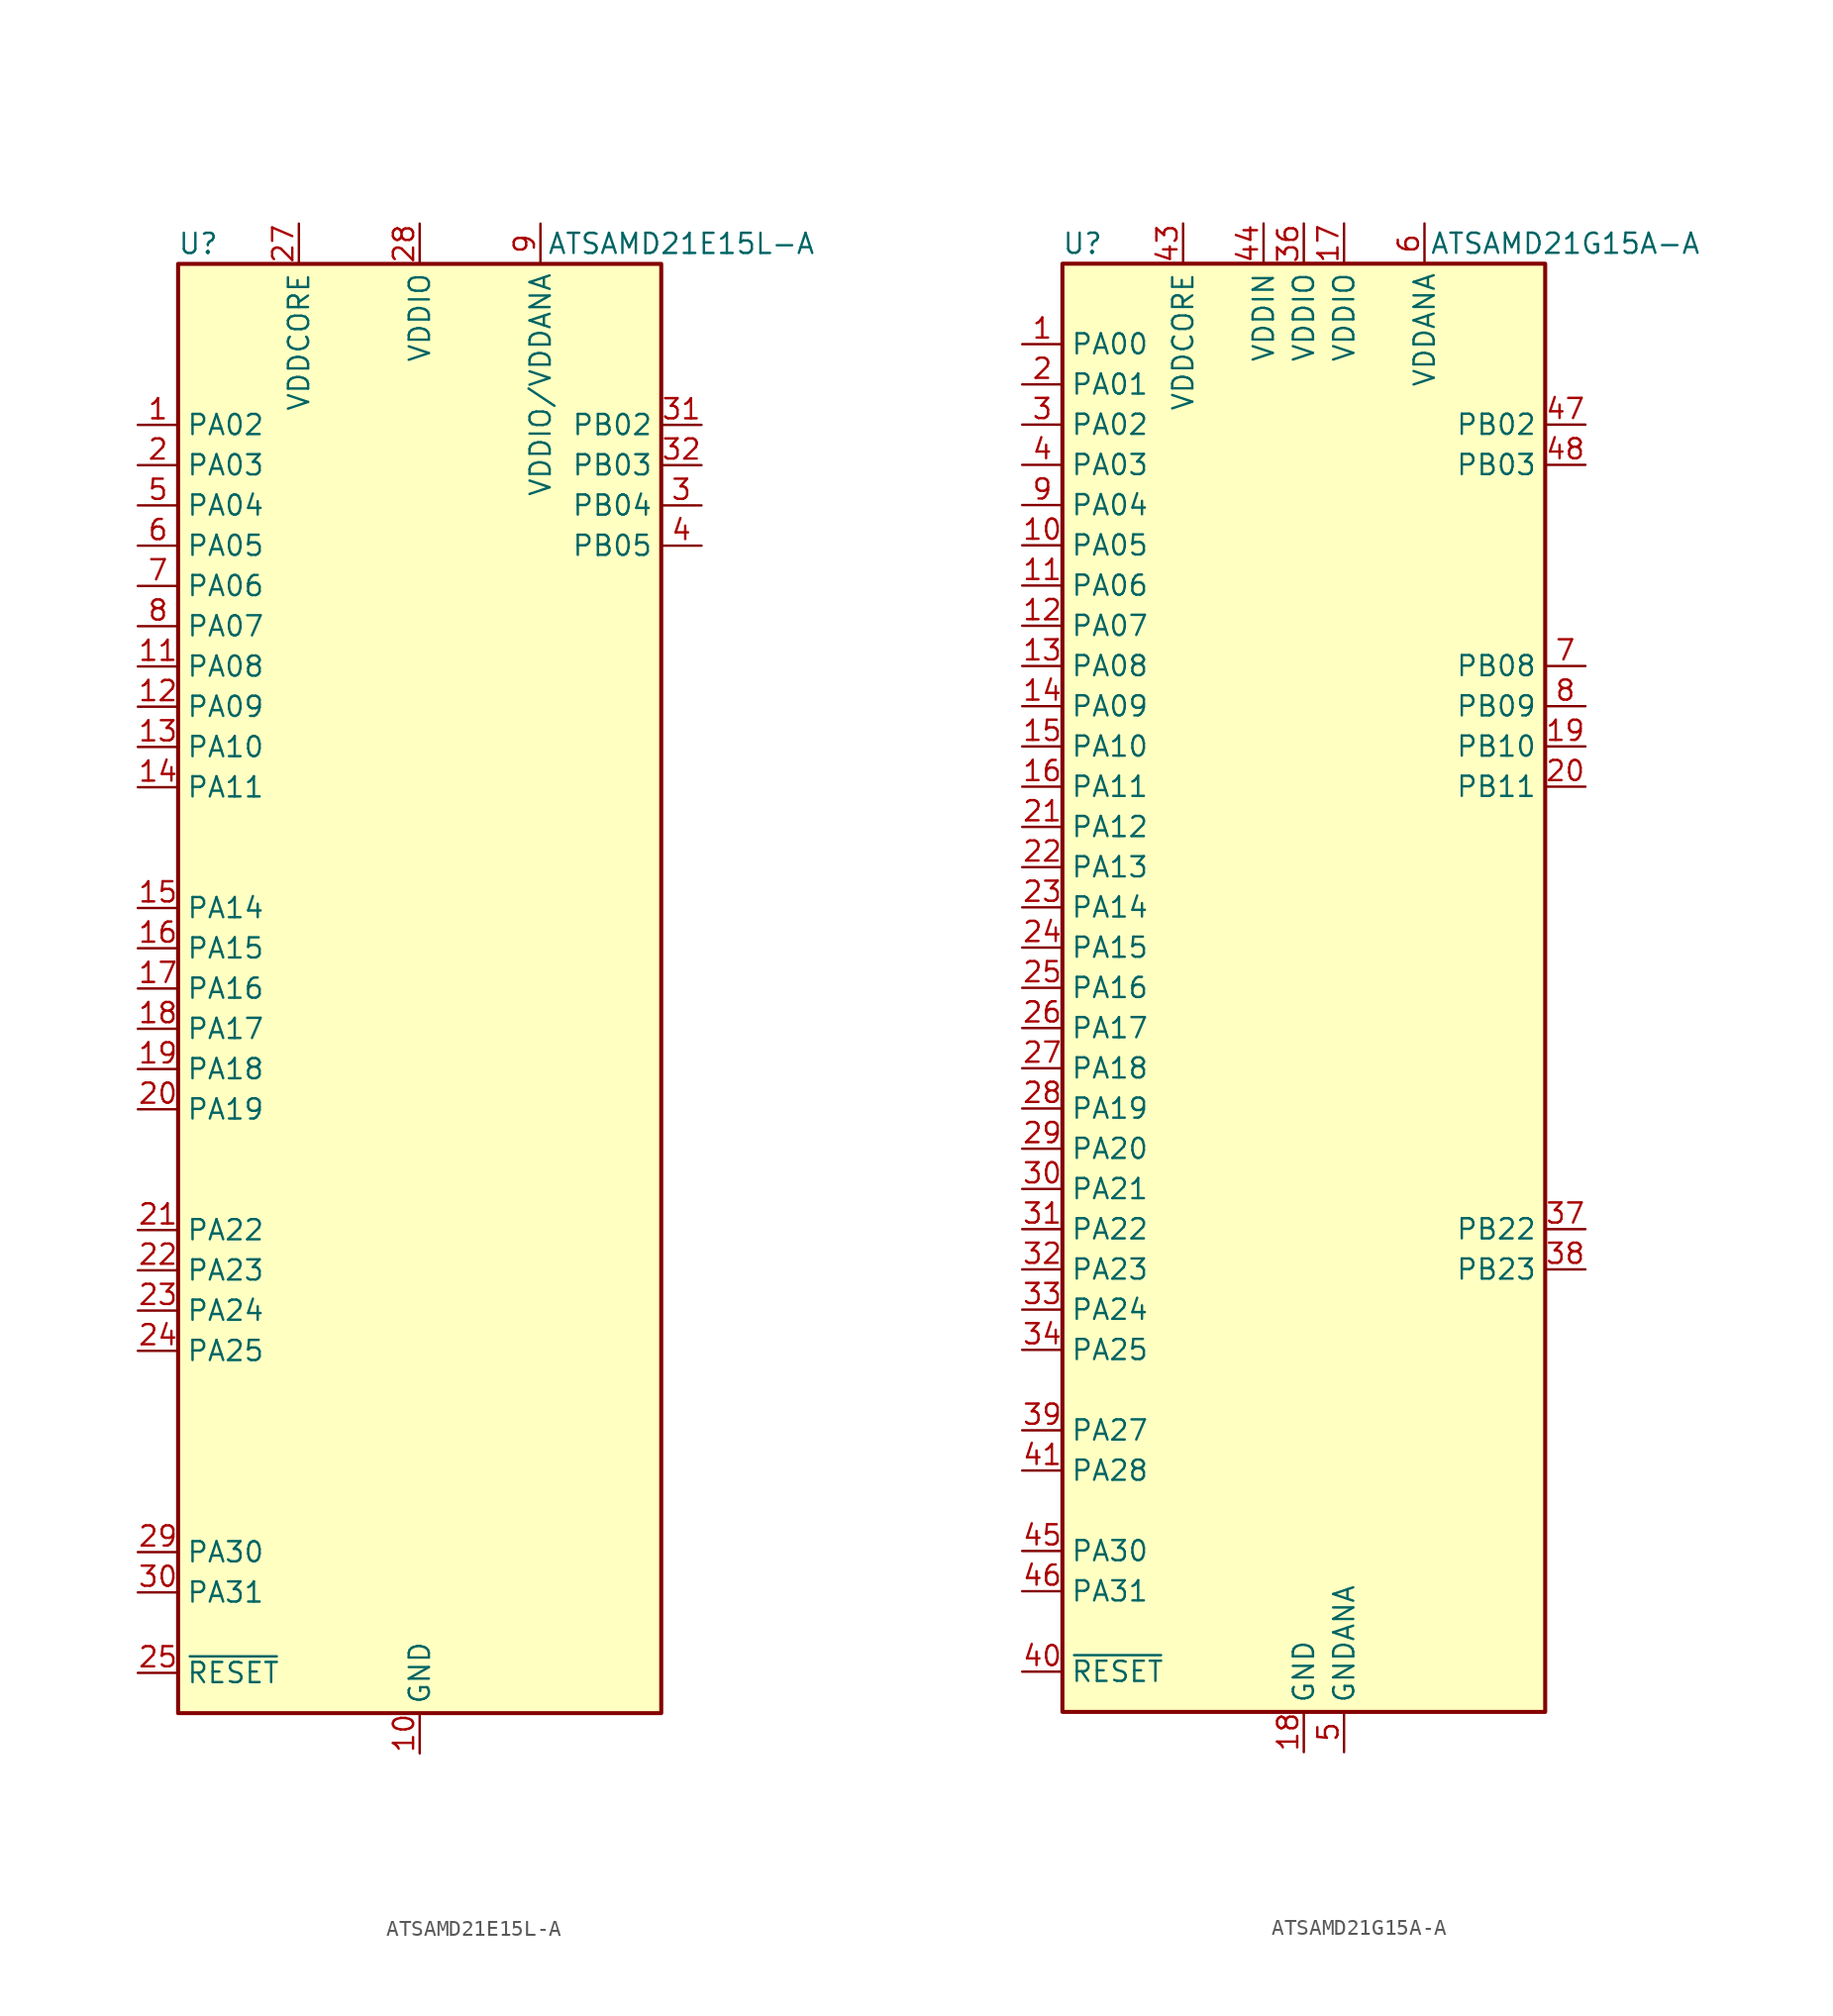
<source format=kicad_sym>
(kicad_symbol_lib
  (version 20201005)
  (generator kicad_symbol_editor)
  (symbol "ATSAMD21E15L-A"
    (property "Reference" "U"
      (at -13.97 46.99 0)
      (effects (font (size 1.27 1.27))))
    (property "Value" "ATSAMD21E15L-A"
      (at 16.51 46.99 0)
      (effects (font (size 1.27 1.27))))
    (symbol "ATSAMD21E15L-A_1_1"
      (rectangle (start -15.24 45.72) (end 15.24 -45.72) (stroke (width 0.254)) (fill (type background)))
      (pin bidirectional line (at -17.78 35.56 0) (length 2.54) (name "PA02" (effects (font (size 1.27 1.27)))) (number "1" (effects (font (size 1.27 1.27)))))
      (pin power_in line (at 0 -48.26 90) (length 2.54) (name "GND" (effects (font (size 1.27 1.27)))) (number "10" (effects (font (size 1.27 1.27)))))
      (pin bidirectional line (at -17.78 20.32 0) (length 2.54) (name "PA08" (effects (font (size 1.27 1.27)))) (number "11" (effects (font (size 1.27 1.27)))))
      (pin bidirectional line (at -17.78 17.78 0) (length 2.54) (name "PA09" (effects (font (size 1.27 1.27)))) (number "12" (effects (font (size 1.27 1.27)))))
      (pin bidirectional line (at -17.78 15.24 0) (length 2.54) (name "PA10" (effects (font (size 1.27 1.27)))) (number "13" (effects (font (size 1.27 1.27)))))
      (pin bidirectional line (at -17.78 12.7 0) (length 2.54) (name "PA11" (effects (font (size 1.27 1.27)))) (number "14" (effects (font (size 1.27 1.27)))))
      (pin bidirectional line (at -17.78 5.08 0) (length 2.54) (name "PA14" (effects (font (size 1.27 1.27)))) (number "15" (effects (font (size 1.27 1.27)))))
      (pin bidirectional line (at -17.78 2.54 0) (length 2.54) (name "PA15" (effects (font (size 1.27 1.27)))) (number "16" (effects (font (size 1.27 1.27)))))
      (pin bidirectional line (at -17.78 0 0) (length 2.54) (name "PA16" (effects (font (size 1.27 1.27)))) (number "17" (effects (font (size 1.27 1.27)))))
      (pin bidirectional line (at -17.78 -2.54 0) (length 2.54) (name "PA17" (effects (font (size 1.27 1.27)))) (number "18" (effects (font (size 1.27 1.27)))))
      (pin bidirectional line (at -17.78 -5.08 0) (length 2.54) (name "PA18" (effects (font (size 1.27 1.27)))) (number "19" (effects (font (size 1.27 1.27)))))
      (pin bidirectional line (at -17.78 33.02 0) (length 2.54) (name "PA03" (effects (font (size 1.27 1.27)))) (number "2" (effects (font (size 1.27 1.27)))))
      (pin bidirectional line (at -17.78 -7.62 0) (length 2.54) (name "PA19" (effects (font (size 1.27 1.27)))) (number "20" (effects (font (size 1.27 1.27)))))
      (pin bidirectional line (at -17.78 -15.24 0) (length 2.54) (name "PA22" (effects (font (size 1.27 1.27)))) (number "21" (effects (font (size 1.27 1.27)))))
      (pin bidirectional line (at -17.78 -17.78 0) (length 2.54) (name "PA23" (effects (font (size 1.27 1.27)))) (number "22" (effects (font (size 1.27 1.27)))))
      (pin bidirectional line (at -17.78 -20.32 0) (length 2.54) (name "PA24" (effects (font (size 1.27 1.27)))) (number "23" (effects (font (size 1.27 1.27)))))
      (pin bidirectional line (at -17.78 -22.86 0) (length 2.54) (name "PA25" (effects (font (size 1.27 1.27)))) (number "24" (effects (font (size 1.27 1.27)))))
      (pin input line (at -17.78 -43.18 0) (length 2.54) (name "~RESET" (effects (font (size 1.27 1.27)))) (number "25" (effects (font (size 1.27 1.27)))))
      (pin passive line (at 0 -48.26 90) (length 2.54) hide (name "GND" (effects (font (size 1.27 1.27)))) (number "26" (effects (font (size 1.27 1.27)))))
      (pin power_out line (at -7.62 48.26 270) (length 2.54) (name "VDDCORE" (effects (font (size 1.27 1.27)))) (number "27" (effects (font (size 1.27 1.27)))))
      (pin power_in line (at 0 48.26 270) (length 2.54) (name "VDDIO" (effects (font (size 1.27 1.27)))) (number "28" (effects (font (size 1.27 1.27)))))
      (pin bidirectional line (at -17.78 -35.56 0) (length 2.54) (name "PA30" (effects (font (size 1.27 1.27)))) (number "29" (effects (font (size 1.27 1.27)))))
      (pin bidirectional line (at 17.78 30.48 180) (length 2.54) (name "PB04" (effects (font (size 1.27 1.27)))) (number "3" (effects (font (size 1.27 1.27)))))
      (pin bidirectional line (at -17.78 -38.1 0) (length 2.54) (name "PA31" (effects (font (size 1.27 1.27)))) (number "30" (effects (font (size 1.27 1.27)))))
      (pin bidirectional line (at 17.78 35.56 180) (length 2.54) (name "PB02" (effects (font (size 1.27 1.27)))) (number "31" (effects (font (size 1.27 1.27)))))
      (pin bidirectional line (at 17.78 33.02 180) (length 2.54) (name "PB03" (effects (font (size 1.27 1.27)))) (number "32" (effects (font (size 1.27 1.27)))))
      (pin bidirectional line (at 17.78 27.94 180) (length 2.54) (name "PB05" (effects (font (size 1.27 1.27)))) (number "4" (effects (font (size 1.27 1.27)))))
      (pin bidirectional line (at -17.78 30.48 0) (length 2.54) (name "PA04" (effects (font (size 1.27 1.27)))) (number "5" (effects (font (size 1.27 1.27)))))
      (pin bidirectional line (at -17.78 27.94 0) (length 2.54) (name "PA05" (effects (font (size 1.27 1.27)))) (number "6" (effects (font (size 1.27 1.27)))))
      (pin bidirectional line (at -17.78 25.4 0) (length 2.54) (name "PA06" (effects (font (size 1.27 1.27)))) (number "7" (effects (font (size 1.27 1.27)))))
      (pin bidirectional line (at -17.78 22.86 0) (length 2.54) (name "PA07" (effects (font (size 1.27 1.27)))) (number "8" (effects (font (size 1.27 1.27)))))
      (pin power_in line (at 7.62 48.26 270) (length 2.54) (name "VDDIO/VDDANA" (effects (font (size 1.27 1.27)))) (number "9" (effects (font (size 1.27 1.27)))))))
  (symbol "ATSAMD21G15A-A"
    (property "Reference" "U"
      (at -13.97 46.99 0)
      (effects (font (size 1.27 1.27))))
    (property "Value" "ATSAMD21G15A-A"
      (at 16.51 46.99 0)
      (effects (font (size 1.27 1.27))))
    (symbol "ATSAMD21G15A-A_0_1"
      (rectangle (start -15.24 45.72) (end 15.24 -45.72) (stroke (width 0.254)) (fill (type background))))
    (symbol "ATSAMD21G15A-A_1_1"
      (pin bidirectional line (at -17.78 40.64 0) (length 2.54) (name "PA00" (effects (font (size 1.27 1.27)))) (number "1" (effects (font (size 1.27 1.27)))))
      (pin bidirectional line (at -17.78 27.94 0) (length 2.54) (name "PA05" (effects (font (size 1.27 1.27)))) (number "10" (effects (font (size 1.27 1.27)))))
      (pin bidirectional line (at -17.78 25.4 0) (length 2.54) (name "PA06" (effects (font (size 1.27 1.27)))) (number "11" (effects (font (size 1.27 1.27)))))
      (pin bidirectional line (at -17.78 22.86 0) (length 2.54) (name "PA07" (effects (font (size 1.27 1.27)))) (number "12" (effects (font (size 1.27 1.27)))))
      (pin bidirectional line (at -17.78 20.32 0) (length 2.54) (name "PA08" (effects (font (size 1.27 1.27)))) (number "13" (effects (font (size 1.27 1.27)))))
      (pin bidirectional line (at -17.78 17.78 0) (length 2.54) (name "PA09" (effects (font (size 1.27 1.27)))) (number "14" (effects (font (size 1.27 1.27)))))
      (pin bidirectional line (at -17.78 15.24 0) (length 2.54) (name "PA10" (effects (font (size 1.27 1.27)))) (number "15" (effects (font (size 1.27 1.27)))))
      (pin bidirectional line (at -17.78 12.7 0) (length 2.54) (name "PA11" (effects (font (size 1.27 1.27)))) (number "16" (effects (font (size 1.27 1.27)))))
      (pin power_in line (at 2.54 48.26 270) (length 2.54) (name "VDDIO" (effects (font (size 1.27 1.27)))) (number "17" (effects (font (size 1.27 1.27)))))
      (pin power_in line (at 0 -48.26 90) (length 2.54) (name "GND" (effects (font (size 1.27 1.27)))) (number "18" (effects (font (size 1.27 1.27)))))
      (pin bidirectional line (at 17.78 15.24 180) (length 2.54) (name "PB10" (effects (font (size 1.27 1.27)))) (number "19" (effects (font (size 1.27 1.27)))))
      (pin bidirectional line (at -17.78 38.1 0) (length 2.54) (name "PA01" (effects (font (size 1.27 1.27)))) (number "2" (effects (font (size 1.27 1.27)))))
      (pin bidirectional line (at 17.78 12.7 180) (length 2.54) (name "PB11" (effects (font (size 1.27 1.27)))) (number "20" (effects (font (size 1.27 1.27)))))
      (pin bidirectional line (at -17.78 10.16 0) (length 2.54) (name "PA12" (effects (font (size 1.27 1.27)))) (number "21" (effects (font (size 1.27 1.27)))))
      (pin bidirectional line (at -17.78 7.62 0) (length 2.54) (name "PA13" (effects (font (size 1.27 1.27)))) (number "22" (effects (font (size 1.27 1.27)))))
      (pin bidirectional line (at -17.78 5.08 0) (length 2.54) (name "PA14" (effects (font (size 1.27 1.27)))) (number "23" (effects (font (size 1.27 1.27)))))
      (pin bidirectional line (at -17.78 2.54 0) (length 2.54) (name "PA15" (effects (font (size 1.27 1.27)))) (number "24" (effects (font (size 1.27 1.27)))))
      (pin bidirectional line (at -17.78 0 0) (length 2.54) (name "PA16" (effects (font (size 1.27 1.27)))) (number "25" (effects (font (size 1.27 1.27)))))
      (pin bidirectional line (at -17.78 -2.54 0) (length 2.54) (name "PA17" (effects (font (size 1.27 1.27)))) (number "26" (effects (font (size 1.27 1.27)))))
      (pin bidirectional line (at -17.78 -5.08 0) (length 2.54) (name "PA18" (effects (font (size 1.27 1.27)))) (number "27" (effects (font (size 1.27 1.27)))))
      (pin bidirectional line (at -17.78 -7.62 0) (length 2.54) (name "PA19" (effects (font (size 1.27 1.27)))) (number "28" (effects (font (size 1.27 1.27)))))
      (pin bidirectional line (at -17.78 -10.16 0) (length 2.54) (name "PA20" (effects (font (size 1.27 1.27)))) (number "29" (effects (font (size 1.27 1.27)))))
      (pin bidirectional line (at -17.78 35.56 0) (length 2.54) (name "PA02" (effects (font (size 1.27 1.27)))) (number "3" (effects (font (size 1.27 1.27)))))
      (pin bidirectional line (at -17.78 -12.7 0) (length 2.54) (name "PA21" (effects (font (size 1.27 1.27)))) (number "30" (effects (font (size 1.27 1.27)))))
      (pin bidirectional line (at -17.78 -15.24 0) (length 2.54) (name "PA22" (effects (font (size 1.27 1.27)))) (number "31" (effects (font (size 1.27 1.27)))))
      (pin bidirectional line (at -17.78 -17.78 0) (length 2.54) (name "PA23" (effects (font (size 1.27 1.27)))) (number "32" (effects (font (size 1.27 1.27)))))
      (pin bidirectional line (at -17.78 -20.32 0) (length 2.54) (name "PA24" (effects (font (size 1.27 1.27)))) (number "33" (effects (font (size 1.27 1.27)))))
      (pin bidirectional line (at -17.78 -22.86 0) (length 2.54) (name "PA25" (effects (font (size 1.27 1.27)))) (number "34" (effects (font (size 1.27 1.27)))))
      (pin passive line (at 0 -48.26 90) (length 2.54) hide (name "GND" (effects (font (size 1.27 1.27)))) (number "35" (effects (font (size 1.27 1.27)))))
      (pin power_in line (at 0 48.26 270) (length 2.54) (name "VDDIO" (effects (font (size 1.27 1.27)))) (number "36" (effects (font (size 1.27 1.27)))))
      (pin bidirectional line (at 17.78 -15.24 180) (length 2.54) (name "PB22" (effects (font (size 1.27 1.27)))) (number "37" (effects (font (size 1.27 1.27)))))
      (pin bidirectional line (at 17.78 -17.78 180) (length 2.54) (name "PB23" (effects (font (size 1.27 1.27)))) (number "38" (effects (font (size 1.27 1.27)))))
      (pin bidirectional line (at -17.78 -27.94 0) (length 2.54) (name "PA27" (effects (font (size 1.27 1.27)))) (number "39" (effects (font (size 1.27 1.27)))))
      (pin bidirectional line (at -17.78 33.02 0) (length 2.54) (name "PA03" (effects (font (size 1.27 1.27)))) (number "4" (effects (font (size 1.27 1.27)))))
      (pin input line (at -17.78 -43.18 0) (length 2.54) (name "~RESET" (effects (font (size 1.27 1.27)))) (number "40" (effects (font (size 1.27 1.27)))))
      (pin bidirectional line (at -17.78 -30.48 0) (length 2.54) (name "PA28" (effects (font (size 1.27 1.27)))) (number "41" (effects (font (size 1.27 1.27)))))
      (pin passive line (at 0 -48.26 90) (length 2.54) hide (name "GND" (effects (font (size 1.27 1.27)))) (number "42" (effects (font (size 1.27 1.27)))))
      (pin power_out line (at -7.62 48.26 270) (length 2.54) (name "VDDCORE" (effects (font (size 1.27 1.27)))) (number "43" (effects (font (size 1.27 1.27)))))
      (pin power_in line (at -2.54 48.26 270) (length 2.54) (name "VDDIN" (effects (font (size 1.27 1.27)))) (number "44" (effects (font (size 1.27 1.27)))))
      (pin bidirectional line (at -17.78 -35.56 0) (length 2.54) (name "PA30" (effects (font (size 1.27 1.27)))) (number "45" (effects (font (size 1.27 1.27)))))
      (pin bidirectional line (at -17.78 -38.1 0) (length 2.54) (name "PA31" (effects (font (size 1.27 1.27)))) (number "46" (effects (font (size 1.27 1.27)))))
      (pin bidirectional line (at 17.78 35.56 180) (length 2.54) (name "PB02" (effects (font (size 1.27 1.27)))) (number "47" (effects (font (size 1.27 1.27)))))
      (pin bidirectional line (at 17.78 33.02 180) (length 2.54) (name "PB03" (effects (font (size 1.27 1.27)))) (number "48" (effects (font (size 1.27 1.27)))))
      (pin power_in line (at 2.54 -48.26 90) (length 2.54) (name "GNDANA" (effects (font (size 1.27 1.27)))) (number "5" (effects (font (size 1.27 1.27)))))
      (pin power_in line (at 7.62 48.26 270) (length 2.54) (name "VDDANA" (effects (font (size 1.27 1.27)))) (number "6" (effects (font (size 1.27 1.27)))))
      (pin bidirectional line (at 17.78 20.32 180) (length 2.54) (name "PB08" (effects (font (size 1.27 1.27)))) (number "7" (effects (font (size 1.27 1.27)))))
      (pin bidirectional line (at 17.78 17.78 180) (length 2.54) (name "PB09" (effects (font (size 1.27 1.27)))) (number "8" (effects (font (size 1.27 1.27)))))
      (pin bidirectional line (at -17.78 30.48 0) (length 2.54) (name "PA04" (effects (font (size 1.27 1.27)))) (number "9" (effects (font (size 1.27 1.27))))))))
</source>
